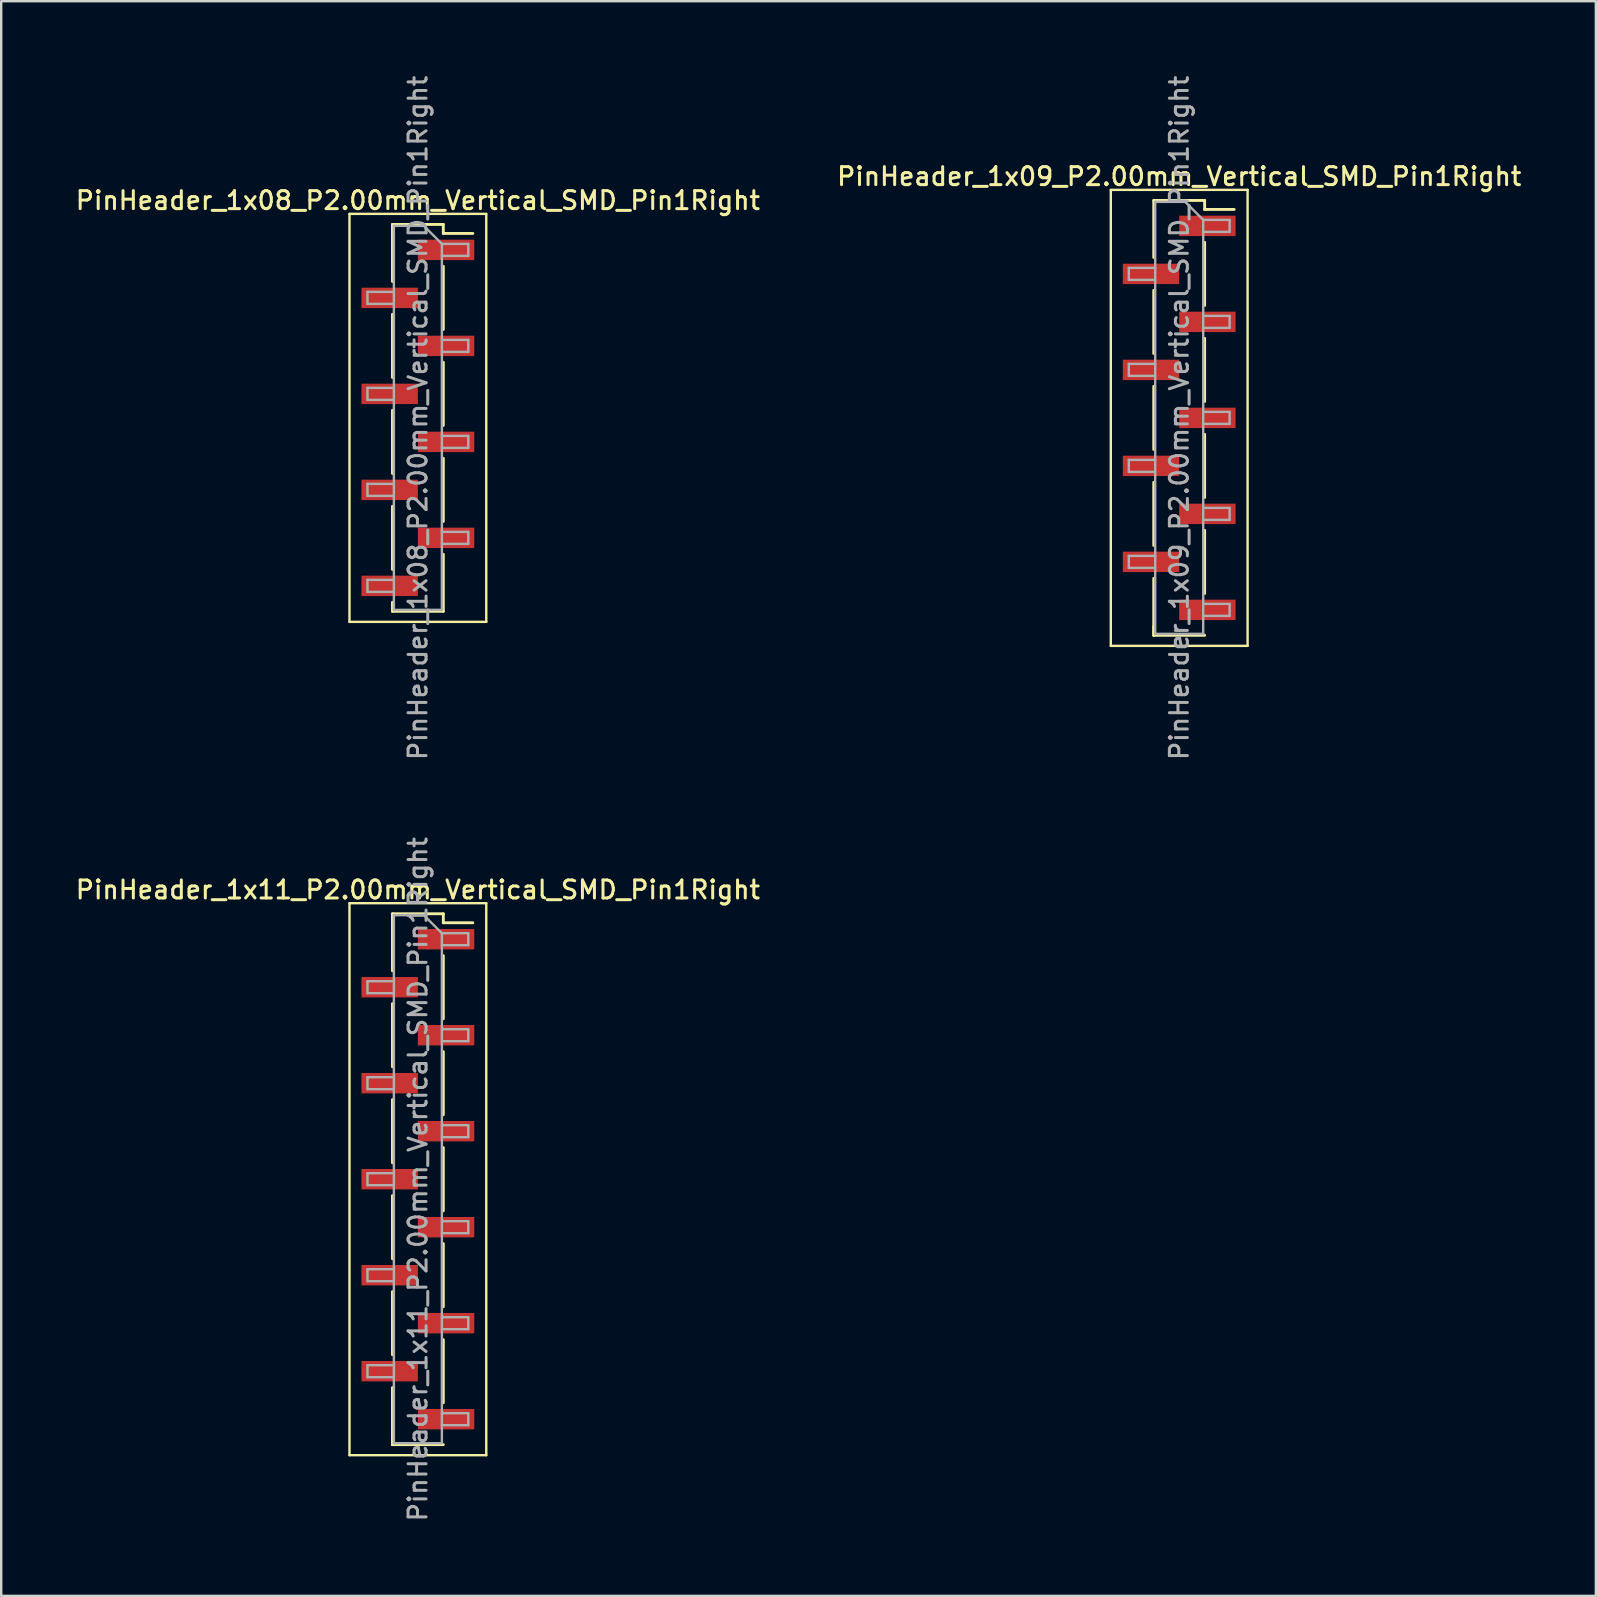
<source format=kicad_pcb>
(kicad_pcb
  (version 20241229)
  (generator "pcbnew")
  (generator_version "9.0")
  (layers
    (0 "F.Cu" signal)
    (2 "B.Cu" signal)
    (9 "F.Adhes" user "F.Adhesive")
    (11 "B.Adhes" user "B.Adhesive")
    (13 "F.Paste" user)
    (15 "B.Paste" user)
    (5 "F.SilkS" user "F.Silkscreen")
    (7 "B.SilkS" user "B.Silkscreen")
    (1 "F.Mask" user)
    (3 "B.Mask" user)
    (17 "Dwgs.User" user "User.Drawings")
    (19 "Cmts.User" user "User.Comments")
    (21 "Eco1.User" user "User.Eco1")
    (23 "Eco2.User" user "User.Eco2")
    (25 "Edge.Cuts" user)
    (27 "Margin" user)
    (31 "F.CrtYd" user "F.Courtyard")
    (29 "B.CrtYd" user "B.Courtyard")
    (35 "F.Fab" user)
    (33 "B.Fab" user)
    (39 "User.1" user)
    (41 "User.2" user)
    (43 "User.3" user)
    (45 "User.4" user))
  (footprint "PinHeader_1x11_P2.00mm_Vertical_SMD_Pin1Right"
    (layer "F.Cu")
    (at 14.363 46.088)
    (property "Reference" "PinHeader_1x11_P2.00mm_Vertical_SMD_Pin1Right" (at 0 -12.06 0) (layer "F.SilkS") (effects (font (size 0.75 0.75) (thickness 0.125))))
    (attr smd)
    (fp_line (start -2.85 -11.5) (end -2.85 11.5) (stroke (width 0.1) (type solid)) (layer "F.SilkS"))
    (fp_line (start -2.85 11.5) (end 2.85 11.5) (stroke (width 0.1) (type solid)) (layer "F.SilkS"))
    (fp_line (start -1.06 -11.06) (end -1.06 -8.685) (stroke (width 0.12) (type solid)) (layer "F.SilkS"))
    (fp_line (start -1.06 -11.06) (end 1.06 -11.06) (stroke (width 0.12) (type solid)) (layer "F.SilkS"))
    (fp_line (start -1.06 -7.315) (end -1.06 -4.685) (stroke (width 0.12) (type solid)) (layer "F.SilkS"))
    (fp_line (start -1.06 -3.315) (end -1.06 -0.685) (stroke (width 0.12) (type solid)) (layer "F.SilkS"))
    (fp_line (start -1.06 0.685) (end -1.06 3.315) (stroke (width 0.12) (type solid)) (layer "F.SilkS"))
    (fp_line (start -1.06 4.685) (end -1.06 7.315) (stroke (width 0.12) (type solid)) (layer "F.SilkS"))
    (fp_line (start -1.06 8.685) (end -1.06 11.06) (stroke (width 0.12) (type solid)) (layer "F.SilkS"))
    (fp_line (start -1.06 10.685) (end -1.06 11.06) (stroke (width 0.12) (type solid)) (layer "F.SilkS"))
    (fp_line (start -1.06 11.06) (end 1.06 11.06) (stroke (width 0.12) (type solid)) (layer "F.SilkS"))
    (fp_line (start 1.06 -11.06) (end 1.06 -10.685) (stroke (width 0.12) (type solid)) (layer "F.SilkS"))
    (fp_line (start 1.06 -10.685) (end 2.29 -10.685) (stroke (width 0.12) (type solid)) (layer "F.SilkS"))
    (fp_line (start 1.06 -9.315) (end 1.06 -6.685) (stroke (width 0.12) (type solid)) (layer "F.SilkS"))
    (fp_line (start 1.06 -5.315) (end 1.06 -2.685) (stroke (width 0.12) (type solid)) (layer "F.SilkS"))
    (fp_line (start 1.06 -1.315) (end 1.06 1.315) (stroke (width 0.12) (type solid)) (layer "F.SilkS"))
    (fp_line (start 1.06 2.685) (end 1.06 5.315) (stroke (width 0.12) (type solid)) (layer "F.SilkS"))
    (fp_line (start 1.06 6.685) (end 1.06 9.315) (stroke (width 0.12) (type solid)) (layer "F.SilkS"))
    (fp_line (start 2.85 -11.5) (end -2.85 -11.5) (stroke (width 0.1) (type solid)) (layer "F.SilkS"))
    (fp_line (start 2.85 11.5) (end 2.85 -11.5) (stroke (width 0.1) (type solid)) (layer "F.SilkS"))
    (fp_line (start -2.1 -8.25) (end -2.1 -7.75) (stroke (width 0.1) (type solid)) (layer "F.Fab"))
    (fp_line (start -2.1 -7.75) (end -1 -7.75) (stroke (width 0.1) (type solid)) (layer "F.Fab"))
    (fp_line (start -2.1 -4.25) (end -2.1 -3.75) (stroke (width 0.1) (type solid)) (layer "F.Fab"))
    (fp_line (start -2.1 -3.75) (end -1 -3.75) (stroke (width 0.1) (type solid)) (layer "F.Fab"))
    (fp_line (start -2.1 -0.25) (end -2.1 0.25) (stroke (width 0.1) (type solid)) (layer "F.Fab"))
    (fp_line (start -2.1 0.25) (end -1 0.25) (stroke (width 0.1) (type solid)) (layer "F.Fab"))
    (fp_line (start -2.1 3.75) (end -2.1 4.25) (stroke (width 0.1) (type solid)) (layer "F.Fab"))
    (fp_line (start -2.1 4.25) (end -1 4.25) (stroke (width 0.1) (type solid)) (layer "F.Fab"))
    (fp_line (start -2.1 7.75) (end -2.1 8.25) (stroke (width 0.1) (type solid)) (layer "F.Fab"))
    (fp_line (start -2.1 8.25) (end -1 8.25) (stroke (width 0.1) (type solid)) (layer "F.Fab"))
    (fp_line (start -1 -11) (end -1 11) (stroke (width 0.1) (type solid)) (layer "F.Fab"))
    (fp_line (start -1 -11) (end 0.25 -11) (stroke (width 0.1) (type solid)) (layer "F.Fab"))
    (fp_line (start -1 -8.25) (end -2.1 -8.25) (stroke (width 0.1) (type solid)) (layer "F.Fab"))
    (fp_line (start -1 -4.25) (end -2.1 -4.25) (stroke (width 0.1) (type solid)) (layer "F.Fab"))
    (fp_line (start -1 -0.25) (end -2.1 -0.25) (stroke (width 0.1) (type solid)) (layer "F.Fab"))
    (fp_line (start -1 3.75) (end -2.1 3.75) (stroke (width 0.1) (type solid)) (layer "F.Fab"))
    (fp_line (start -1 7.75) (end -2.1 7.75) (stroke (width 0.1) (type solid)) (layer "F.Fab"))
    (fp_line (start 1 -10.25) (end 0.25 -11) (stroke (width 0.1) (type solid)) (layer "F.Fab"))
    (fp_line (start 1 -10.25) (end 2.1 -10.25) (stroke (width 0.1) (type solid)) (layer "F.Fab"))
    (fp_line (start 1 -6.25) (end 2.1 -6.25) (stroke (width 0.1) (type solid)) (layer "F.Fab"))
    (fp_line (start 1 -2.25) (end 2.1 -2.25) (stroke (width 0.1) (type solid)) (layer "F.Fab"))
    (fp_line (start 1 1.75) (end 2.1 1.75) (stroke (width 0.1) (type solid)) (layer "F.Fab"))
    (fp_line (start 1 5.75) (end 2.1 5.75) (stroke (width 0.1) (type solid)) (layer "F.Fab"))
    (fp_line (start 1 9.75) (end 2.1 9.75) (stroke (width 0.1) (type solid)) (layer "F.Fab"))
    (fp_line (start 1 11) (end -1 11) (stroke (width 0.1) (type solid)) (layer "F.Fab"))
    (fp_line (start 1 11) (end 1 -10.25) (stroke (width 0.1) (type solid)) (layer "F.Fab"))
    (fp_line (start 2.1 -10.25) (end 2.1 -9.75) (stroke (width 0.1) (type solid)) (layer "F.Fab"))
    (fp_line (start 2.1 -9.75) (end 1 -9.75) (stroke (width 0.1) (type solid)) (layer "F.Fab"))
    (fp_line (start 2.1 -6.25) (end 2.1 -5.75) (stroke (width 0.1) (type solid)) (layer "F.Fab"))
    (fp_line (start 2.1 -5.75) (end 1 -5.75) (stroke (width 0.1) (type solid)) (layer "F.Fab"))
    (fp_line (start 2.1 -2.25) (end 2.1 -1.75) (stroke (width 0.1) (type solid)) (layer "F.Fab"))
    (fp_line (start 2.1 -1.75) (end 1 -1.75) (stroke (width 0.1) (type solid)) (layer "F.Fab"))
    (fp_line (start 2.1 1.75) (end 2.1 2.25) (stroke (width 0.1) (type solid)) (layer "F.Fab"))
    (fp_line (start 2.1 2.25) (end 1 2.25) (stroke (width 0.1) (type solid)) (layer "F.Fab"))
    (fp_line (start 2.1 5.75) (end 2.1 6.25) (stroke (width 0.1) (type solid)) (layer "F.Fab"))
    (fp_line (start 2.1 6.25) (end 1 6.25) (stroke (width 0.1) (type solid)) (layer "F.Fab"))
    (fp_line (start 2.1 9.75) (end 2.1 10.25) (stroke (width 0.1) (type solid)) (layer "F.Fab"))
    (fp_line (start 2.1 10.25) (end 1 10.25) (stroke (width 0.1) (type solid)) (layer "F.Fab"))
    (fp_text user "${REFERENCE}" (at 0 0 90) (layer "F.Fab") (effects (font (size 0.75 0.75) (thickness 0.125))))
    (pad "1" smd rect (at 1.175 -10) (size 2.35 0.85) (layers "F.Cu" "F.Mask" "F.Paste"))
    (pad "2" smd rect (at -1.175 -8) (size 2.35 0.85) (layers "F.Cu" "F.Mask" "F.Paste"))
    (pad "3" smd rect (at 1.175 -6) (size 2.35 0.85) (layers "F.Cu" "F.Mask" "F.Paste"))
    (pad "4" smd rect (at -1.175 -4) (size 2.35 0.85) (layers "F.Cu" "F.Mask" "F.Paste"))
    (pad "5" smd rect (at 1.175 -2) (size 2.35 0.85) (layers "F.Cu" "F.Mask" "F.Paste"))
    (pad "6" smd rect (at -1.175 0) (size 2.35 0.85) (layers "F.Cu" "F.Mask" "F.Paste"))
    (pad "7" smd rect (at 1.175 2) (size 2.35 0.85) (layers "F.Cu" "F.Mask" "F.Paste"))
    (pad "8" smd rect (at -1.175 4) (size 2.35 0.85) (layers "F.Cu" "F.Mask" "F.Paste"))
    (pad "9" smd rect (at 1.175 6) (size 2.35 0.85) (layers "F.Cu" "F.Mask" "F.Paste"))
    (pad "10" smd rect (at -1.175 8) (size 2.35 0.85) (layers "F.Cu" "F.Mask" "F.Paste"))
    (pad "11" smd rect (at 1.175 10) (size 2.35 0.85) (layers "F.Cu" "F.Mask" "F.Paste")))
  (footprint "PinHeader_1x09_P2.00mm_Vertical_SMD_Pin1Right"
    (layer "F.Cu")
    (at 46.088 14.363)
    (property "Reference" "PinHeader_1x09_P2.00mm_Vertical_SMD_Pin1Right" (at 0 -10.06 0) (layer "F.SilkS") (effects (font (size 0.75 0.75) (thickness 0.125))))
    (attr smd)
    (fp_line (start -2.85 -9.5) (end -2.85 9.5) (stroke (width 0.1) (type solid)) (layer "F.SilkS"))
    (fp_line (start -2.85 9.5) (end 2.85 9.5) (stroke (width 0.1) (type solid)) (layer "F.SilkS"))
    (fp_line (start -1.06 -9.06) (end -1.06 -6.685) (stroke (width 0.12) (type solid)) (layer "F.SilkS"))
    (fp_line (start -1.06 -9.06) (end 1.06 -9.06) (stroke (width 0.12) (type solid)) (layer "F.SilkS"))
    (fp_line (start -1.06 -5.315) (end -1.06 -2.685) (stroke (width 0.12) (type solid)) (layer "F.SilkS"))
    (fp_line (start -1.06 -1.315) (end -1.06 1.315) (stroke (width 0.12) (type solid)) (layer "F.SilkS"))
    (fp_line (start -1.06 2.685) (end -1.06 5.315) (stroke (width 0.12) (type solid)) (layer "F.SilkS"))
    (fp_line (start -1.06 6.685) (end -1.06 9.06) (stroke (width 0.12) (type solid)) (layer "F.SilkS"))
    (fp_line (start -1.06 8.685) (end -1.06 9.06) (stroke (width 0.12) (type solid)) (layer "F.SilkS"))
    (fp_line (start -1.06 9.06) (end 1.06 9.06) (stroke (width 0.12) (type solid)) (layer "F.SilkS"))
    (fp_line (start 1.06 -9.06) (end 1.06 -8.685) (stroke (width 0.12) (type solid)) (layer "F.SilkS"))
    (fp_line (start 1.06 -8.685) (end 2.29 -8.685) (stroke (width 0.12) (type solid)) (layer "F.SilkS"))
    (fp_line (start 1.06 -7.315) (end 1.06 -4.685) (stroke (width 0.12) (type solid)) (layer "F.SilkS"))
    (fp_line (start 1.06 -3.315) (end 1.06 -0.685) (stroke (width 0.12) (type solid)) (layer "F.SilkS"))
    (fp_line (start 1.06 0.685) (end 1.06 3.315) (stroke (width 0.12) (type solid)) (layer "F.SilkS"))
    (fp_line (start 1.06 4.685) (end 1.06 7.315) (stroke (width 0.12) (type solid)) (layer "F.SilkS"))
    (fp_line (start 2.85 -9.5) (end -2.85 -9.5) (stroke (width 0.1) (type solid)) (layer "F.SilkS"))
    (fp_line (start 2.85 9.5) (end 2.85 -9.5) (stroke (width 0.1) (type solid)) (layer "F.SilkS"))
    (fp_line (start -2.1 -6.25) (end -2.1 -5.75) (stroke (width 0.1) (type solid)) (layer "F.Fab"))
    (fp_line (start -2.1 -5.75) (end -1 -5.75) (stroke (width 0.1) (type solid)) (layer "F.Fab"))
    (fp_line (start -2.1 -2.25) (end -2.1 -1.75) (stroke (width 0.1) (type solid)) (layer "F.Fab"))
    (fp_line (start -2.1 -1.75) (end -1 -1.75) (stroke (width 0.1) (type solid)) (layer "F.Fab"))
    (fp_line (start -2.1 1.75) (end -2.1 2.25) (stroke (width 0.1) (type solid)) (layer "F.Fab"))
    (fp_line (start -2.1 2.25) (end -1 2.25) (stroke (width 0.1) (type solid)) (layer "F.Fab"))
    (fp_line (start -2.1 5.75) (end -2.1 6.25) (stroke (width 0.1) (type solid)) (layer "F.Fab"))
    (fp_line (start -2.1 6.25) (end -1 6.25) (stroke (width 0.1) (type solid)) (layer "F.Fab"))
    (fp_line (start -1 -9) (end -1 9) (stroke (width 0.1) (type solid)) (layer "F.Fab"))
    (fp_line (start -1 -9) (end 0.25 -9) (stroke (width 0.1) (type solid)) (layer "F.Fab"))
    (fp_line (start -1 -6.25) (end -2.1 -6.25) (stroke (width 0.1) (type solid)) (layer "F.Fab"))
    (fp_line (start -1 -2.25) (end -2.1 -2.25) (stroke (width 0.1) (type solid)) (layer "F.Fab"))
    (fp_line (start -1 1.75) (end -2.1 1.75) (stroke (width 0.1) (type solid)) (layer "F.Fab"))
    (fp_line (start -1 5.75) (end -2.1 5.75) (stroke (width 0.1) (type solid)) (layer "F.Fab"))
    (fp_line (start 1 -8.25) (end 0.25 -9) (stroke (width 0.1) (type solid)) (layer "F.Fab"))
    (fp_line (start 1 -8.25) (end 2.1 -8.25) (stroke (width 0.1) (type solid)) (layer "F.Fab"))
    (fp_line (start 1 -4.25) (end 2.1 -4.25) (stroke (width 0.1) (type solid)) (layer "F.Fab"))
    (fp_line (start 1 -0.25) (end 2.1 -0.25) (stroke (width 0.1) (type solid)) (layer "F.Fab"))
    (fp_line (start 1 3.75) (end 2.1 3.75) (stroke (width 0.1) (type solid)) (layer "F.Fab"))
    (fp_line (start 1 7.75) (end 2.1 7.75) (stroke (width 0.1) (type solid)) (layer "F.Fab"))
    (fp_line (start 1 9) (end -1 9) (stroke (width 0.1) (type solid)) (layer "F.Fab"))
    (fp_line (start 1 9) (end 1 -8.25) (stroke (width 0.1) (type solid)) (layer "F.Fab"))
    (fp_line (start 2.1 -8.25) (end 2.1 -7.75) (stroke (width 0.1) (type solid)) (layer "F.Fab"))
    (fp_line (start 2.1 -7.75) (end 1 -7.75) (stroke (width 0.1) (type solid)) (layer "F.Fab"))
    (fp_line (start 2.1 -4.25) (end 2.1 -3.75) (stroke (width 0.1) (type solid)) (layer "F.Fab"))
    (fp_line (start 2.1 -3.75) (end 1 -3.75) (stroke (width 0.1) (type solid)) (layer "F.Fab"))
    (fp_line (start 2.1 -0.25) (end 2.1 0.25) (stroke (width 0.1) (type solid)) (layer "F.Fab"))
    (fp_line (start 2.1 0.25) (end 1 0.25) (stroke (width 0.1) (type solid)) (layer "F.Fab"))
    (fp_line (start 2.1 3.75) (end 2.1 4.25) (stroke (width 0.1) (type solid)) (layer "F.Fab"))
    (fp_line (start 2.1 4.25) (end 1 4.25) (stroke (width 0.1) (type solid)) (layer "F.Fab"))
    (fp_line (start 2.1 7.75) (end 2.1 8.25) (stroke (width 0.1) (type solid)) (layer "F.Fab"))
    (fp_line (start 2.1 8.25) (end 1 8.25) (stroke (width 0.1) (type solid)) (layer "F.Fab"))
    (fp_text user "${REFERENCE}" (at 0 0 90) (layer "F.Fab") (effects (font (size 0.75 0.75) (thickness 0.125))))
    (pad "1" smd rect (at 1.175 -8) (size 2.35 0.85) (layers "F.Cu" "F.Mask" "F.Paste"))
    (pad "2" smd rect (at -1.175 -6) (size 2.35 0.85) (layers "F.Cu" "F.Mask" "F.Paste"))
    (pad "3" smd rect (at 1.175 -4) (size 2.35 0.85) (layers "F.Cu" "F.Mask" "F.Paste"))
    (pad "4" smd rect (at -1.175 -2) (size 2.35 0.85) (layers "F.Cu" "F.Mask" "F.Paste"))
    (pad "5" smd rect (at 1.175 0) (size 2.35 0.85) (layers "F.Cu" "F.Mask" "F.Paste"))
    (pad "6" smd rect (at -1.175 2) (size 2.35 0.85) (layers "F.Cu" "F.Mask" "F.Paste"))
    (pad "7" smd rect (at 1.175 4) (size 2.35 0.85) (layers "F.Cu" "F.Mask" "F.Paste"))
    (pad "8" smd rect (at -1.175 6) (size 2.35 0.85) (layers "F.Cu" "F.Mask" "F.Paste"))
    (pad "9" smd rect (at 1.175 8) (size 2.35 0.85) (layers "F.Cu" "F.Mask" "F.Paste")))
  (footprint "PinHeader_1x08_P2.00mm_Vertical_SMD_Pin1Right"
    (layer "F.Cu")
    (at 14.363 14.363)
    (property "Reference" "PinHeader_1x08_P2.00mm_Vertical_SMD_Pin1Right" (at 0 -9.06 0) (layer "F.SilkS") (effects (font (size 0.75 0.75) (thickness 0.125))))
    (attr smd)
    (fp_line (start -2.85 -8.5) (end -2.85 8.5) (stroke (width 0.1) (type solid)) (layer "F.SilkS"))
    (fp_line (start -2.85 8.5) (end 2.85 8.5) (stroke (width 0.1) (type solid)) (layer "F.SilkS"))
    (fp_line (start -1.06 -8.06) (end -1.06 -5.685) (stroke (width 0.12) (type solid)) (layer "F.SilkS"))
    (fp_line (start -1.06 -8.06) (end 1.06 -8.06) (stroke (width 0.12) (type solid)) (layer "F.SilkS"))
    (fp_line (start -1.06 -4.315) (end -1.06 -1.685) (stroke (width 0.12) (type solid)) (layer "F.SilkS"))
    (fp_line (start -1.06 -0.315) (end -1.06 2.315) (stroke (width 0.12) (type solid)) (layer "F.SilkS"))
    (fp_line (start -1.06 3.685) (end -1.06 6.315) (stroke (width 0.12) (type solid)) (layer "F.SilkS"))
    (fp_line (start -1.06 7.685) (end -1.06 8.06) (stroke (width 0.12) (type solid)) (layer "F.SilkS"))
    (fp_line (start -1.06 8.06) (end 1.06 8.06) (stroke (width 0.12) (type solid)) (layer "F.SilkS"))
    (fp_line (start 1.06 -8.06) (end 1.06 -7.685) (stroke (width 0.12) (type solid)) (layer "F.SilkS"))
    (fp_line (start 1.06 -7.685) (end 2.29 -7.685) (stroke (width 0.12) (type solid)) (layer "F.SilkS"))
    (fp_line (start 1.06 -6.315) (end 1.06 -3.685) (stroke (width 0.12) (type solid)) (layer "F.SilkS"))
    (fp_line (start 1.06 -2.315) (end 1.06 0.315) (stroke (width 0.12) (type solid)) (layer "F.SilkS"))
    (fp_line (start 1.06 1.685) (end 1.06 4.315) (stroke (width 0.12) (type solid)) (layer "F.SilkS"))
    (fp_line (start 1.06 5.685) (end 1.06 8.06) (stroke (width 0.12) (type solid)) (layer "F.SilkS"))
    (fp_line (start 2.85 -8.5) (end -2.85 -8.5) (stroke (width 0.1) (type solid)) (layer "F.SilkS"))
    (fp_line (start 2.85 8.5) (end 2.85 -8.5) (stroke (width 0.1) (type solid)) (layer "F.SilkS"))
    (fp_line (start -2.1 -5.25) (end -2.1 -4.75) (stroke (width 0.1) (type solid)) (layer "F.Fab"))
    (fp_line (start -2.1 -4.75) (end -1 -4.75) (stroke (width 0.1) (type solid)) (layer "F.Fab"))
    (fp_line (start -2.1 -1.25) (end -2.1 -0.75) (stroke (width 0.1) (type solid)) (layer "F.Fab"))
    (fp_line (start -2.1 -0.75) (end -1 -0.75) (stroke (width 0.1) (type solid)) (layer "F.Fab"))
    (fp_line (start -2.1 2.75) (end -2.1 3.25) (stroke (width 0.1) (type solid)) (layer "F.Fab"))
    (fp_line (start -2.1 3.25) (end -1 3.25) (stroke (width 0.1) (type solid)) (layer "F.Fab"))
    (fp_line (start -2.1 6.75) (end -2.1 7.25) (stroke (width 0.1) (type solid)) (layer "F.Fab"))
    (fp_line (start -2.1 7.25) (end -1 7.25) (stroke (width 0.1) (type solid)) (layer "F.Fab"))
    (fp_line (start -1 -8) (end -1 8) (stroke (width 0.1) (type solid)) (layer "F.Fab"))
    (fp_line (start -1 -8) (end 0.25 -8) (stroke (width 0.1) (type solid)) (layer "F.Fab"))
    (fp_line (start -1 -5.25) (end -2.1 -5.25) (stroke (width 0.1) (type solid)) (layer "F.Fab"))
    (fp_line (start -1 -1.25) (end -2.1 -1.25) (stroke (width 0.1) (type solid)) (layer "F.Fab"))
    (fp_line (start -1 2.75) (end -2.1 2.75) (stroke (width 0.1) (type solid)) (layer "F.Fab"))
    (fp_line (start -1 6.75) (end -2.1 6.75) (stroke (width 0.1) (type solid)) (layer "F.Fab"))
    (fp_line (start 1 -7.25) (end 0.25 -8) (stroke (width 0.1) (type solid)) (layer "F.Fab"))
    (fp_line (start 1 -7.25) (end 2.1 -7.25) (stroke (width 0.1) (type solid)) (layer "F.Fab"))
    (fp_line (start 1 -3.25) (end 2.1 -3.25) (stroke (width 0.1) (type solid)) (layer "F.Fab"))
    (fp_line (start 1 0.75) (end 2.1 0.75) (stroke (width 0.1) (type solid)) (layer "F.Fab"))
    (fp_line (start 1 4.75) (end 2.1 4.75) (stroke (width 0.1) (type solid)) (layer "F.Fab"))
    (fp_line (start 1 8) (end -1 8) (stroke (width 0.1) (type solid)) (layer "F.Fab"))
    (fp_line (start 1 8) (end 1 -7.25) (stroke (width 0.1) (type solid)) (layer "F.Fab"))
    (fp_line (start 2.1 -7.25) (end 2.1 -6.75) (stroke (width 0.1) (type solid)) (layer "F.Fab"))
    (fp_line (start 2.1 -6.75) (end 1 -6.75) (stroke (width 0.1) (type solid)) (layer "F.Fab"))
    (fp_line (start 2.1 -3.25) (end 2.1 -2.75) (stroke (width 0.1) (type solid)) (layer "F.Fab"))
    (fp_line (start 2.1 -2.75) (end 1 -2.75) (stroke (width 0.1) (type solid)) (layer "F.Fab"))
    (fp_line (start 2.1 0.75) (end 2.1 1.25) (stroke (width 0.1) (type solid)) (layer "F.Fab"))
    (fp_line (start 2.1 1.25) (end 1 1.25) (stroke (width 0.1) (type solid)) (layer "F.Fab"))
    (fp_line (start 2.1 4.75) (end 2.1 5.25) (stroke (width 0.1) (type solid)) (layer "F.Fab"))
    (fp_line (start 2.1 5.25) (end 1 5.25) (stroke (width 0.1) (type solid)) (layer "F.Fab"))
    (fp_text user "${REFERENCE}" (at 0 0 90) (layer "F.Fab") (effects (font (size 0.75 0.75) (thickness 0.125))))
    (pad "1" smd rect (at 1.175 -7) (size 2.35 0.85) (layers "F.Cu" "F.Mask" "F.Paste"))
    (pad "2" smd rect (at -1.175 -5) (size 2.35 0.85) (layers "F.Cu" "F.Mask" "F.Paste"))
    (pad "3" smd rect (at 1.175 -3) (size 2.35 0.85) (layers "F.Cu" "F.Mask" "F.Paste"))
    (pad "4" smd rect (at -1.175 -1) (size 2.35 0.85) (layers "F.Cu" "F.Mask" "F.Paste"))
    (pad "5" smd rect (at 1.175 1) (size 2.35 0.85) (layers "F.Cu" "F.Mask" "F.Paste"))
    (pad "6" smd rect (at -1.175 3) (size 2.35 0.85) (layers "F.Cu" "F.Mask" "F.Paste"))
    (pad "7" smd rect (at 1.175 5) (size 2.35 0.85) (layers "F.Cu" "F.Mask" "F.Paste"))
    (pad "8" smd rect (at -1.175 7) (size 2.35 0.85) (layers "F.Cu" "F.Mask" "F.Paste")))
  (gr_rect
    (start -3 -3)
    (end 63.45 63.45)
    (stroke (width 0.1) (type default))
    (fill no)
    (layer "Edge.Cuts")))
</source>
